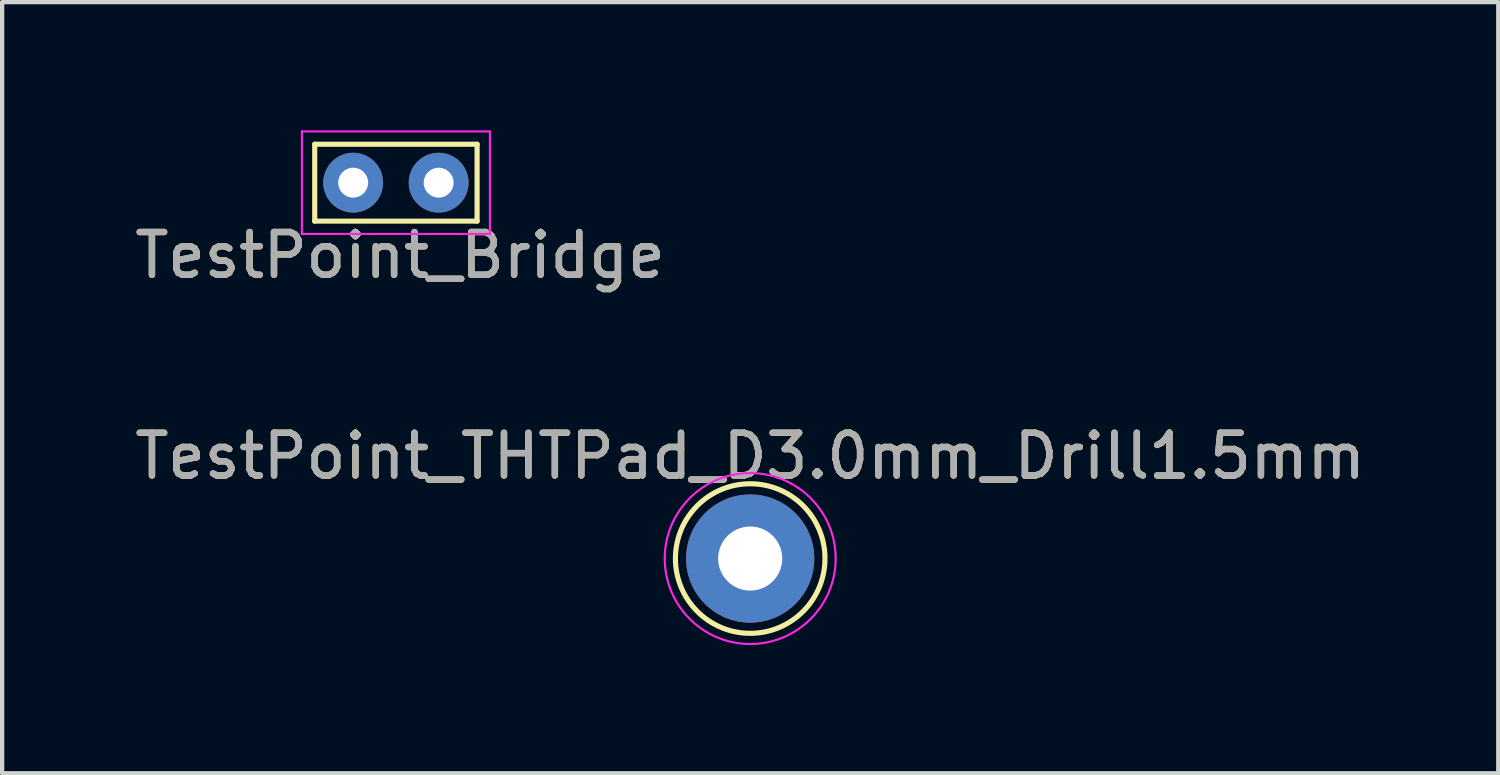
<source format=kicad_pcb>
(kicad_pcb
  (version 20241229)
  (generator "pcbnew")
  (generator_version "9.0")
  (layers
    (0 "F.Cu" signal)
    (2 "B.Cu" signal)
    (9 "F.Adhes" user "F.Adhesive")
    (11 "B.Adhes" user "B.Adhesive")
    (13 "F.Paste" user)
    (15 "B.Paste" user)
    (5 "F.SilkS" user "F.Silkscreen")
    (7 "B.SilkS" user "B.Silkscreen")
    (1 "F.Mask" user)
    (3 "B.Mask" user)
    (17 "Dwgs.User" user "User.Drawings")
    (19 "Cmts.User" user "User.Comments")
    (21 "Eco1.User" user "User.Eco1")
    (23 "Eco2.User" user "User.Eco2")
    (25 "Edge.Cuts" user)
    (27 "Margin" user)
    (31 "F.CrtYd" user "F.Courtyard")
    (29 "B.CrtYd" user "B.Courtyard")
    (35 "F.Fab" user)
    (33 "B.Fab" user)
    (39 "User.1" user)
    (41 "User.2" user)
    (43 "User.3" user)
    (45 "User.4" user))
  (footprint "TestPoint_Bridge"
    (layer "F.Cu")
    (at 5.215 1.225)
    (property "Reference" "TestPoint_Bridge" (at 1.1 1.7 0) (layer "F.SilkS") (effects (font (size 1 1) (thickness 0.15))))
    (attr through_hole)
    (fp_line (start -0.9 -0.9) (end -0.9 0.9) (stroke (width 0.12) (type solid)) (layer "F.SilkS"))
    (fp_line (start -0.9 0.9) (end 2.9 0.9) (stroke (width 0.12) (type solid)) (layer "F.SilkS"))
    (fp_line (start 2.9 -0.9) (end -0.9 -0.9) (stroke (width 0.12) (type solid)) (layer "F.SilkS"))
    (fp_line (start 2.9 0.9) (end 2.9 -0.9) (stroke (width 0.12) (type solid)) (layer "F.SilkS"))
    (fp_line (start -1.2 1.2) (end -1.2 -1.2) (stroke (width 0.05) (type solid)) (layer "F.CrtYd"))
    (fp_line (start -1.2 1.2) (end 3.2 1.2) (stroke (width 0.05) (type solid)) (layer "F.CrtYd"))
    (fp_line (start 3.2 -1.2) (end -1.2 -1.2) (stroke (width 0.05) (type solid)) (layer "F.CrtYd"))
    (fp_line (start 3.2 -1.2) (end 3.2 1.2) (stroke (width 0.05) (type solid)) (layer "F.CrtYd"))
    (fp_text user "${REFERENCE}" (at 1.1 1.7 0) (layer "F.Fab") (effects (font (size 1 1) (thickness 0.15))))
    (pad "1" thru_hole circle (at 0 0) (size 1.4 1.4) (drill 0.7) (property pad_prop_testpoint) (layers "*.Cu" "*.Mask"))
    (pad "1" thru_hole circle (at 2 0) (size 1.4 1.4) (drill 0.7) (property pad_prop_testpoint) (layers "*.Cu" "*.Mask")))
  (footprint "TestPoint_THTPad_D3.0mm_Drill1.5mm"
    (layer "F.Cu")
    (at 14.506 10.021)
    (property "Reference" "TestPoint_THTPad_D3.0mm_Drill1.5mm" (at 0 -2.398 0) (layer "F.SilkS") (effects (font (size 1 1) (thickness 0.15))))
    (attr exclude_from_pos_files exclude_from_bom)
    (fp_circle (center 0 0) (end 0 1.75) (stroke (width 0.12) (type solid)) (fill no) (layer "F.SilkS"))
    (fp_circle (center 0 0) (end 2 0) (stroke (width 0.05) (type solid)) (fill no) (layer "F.CrtYd"))
    (fp_text user "${REFERENCE}" (at 0 -2.4 0) (layer "F.Fab") (effects (font (size 1 1) (thickness 0.15))))
    (pad "1" thru_hole circle (at 0 0) (size 3 3) (drill 1.5) (property pad_prop_testpoint) (layers "*.Cu" "*.Mask")))
  (gr_rect
    (start -3 -3)
    (end 32.012 15.046)
    (stroke (width 0.1) (type default))
    (fill no)
    (layer "Edge.Cuts")))
</source>
